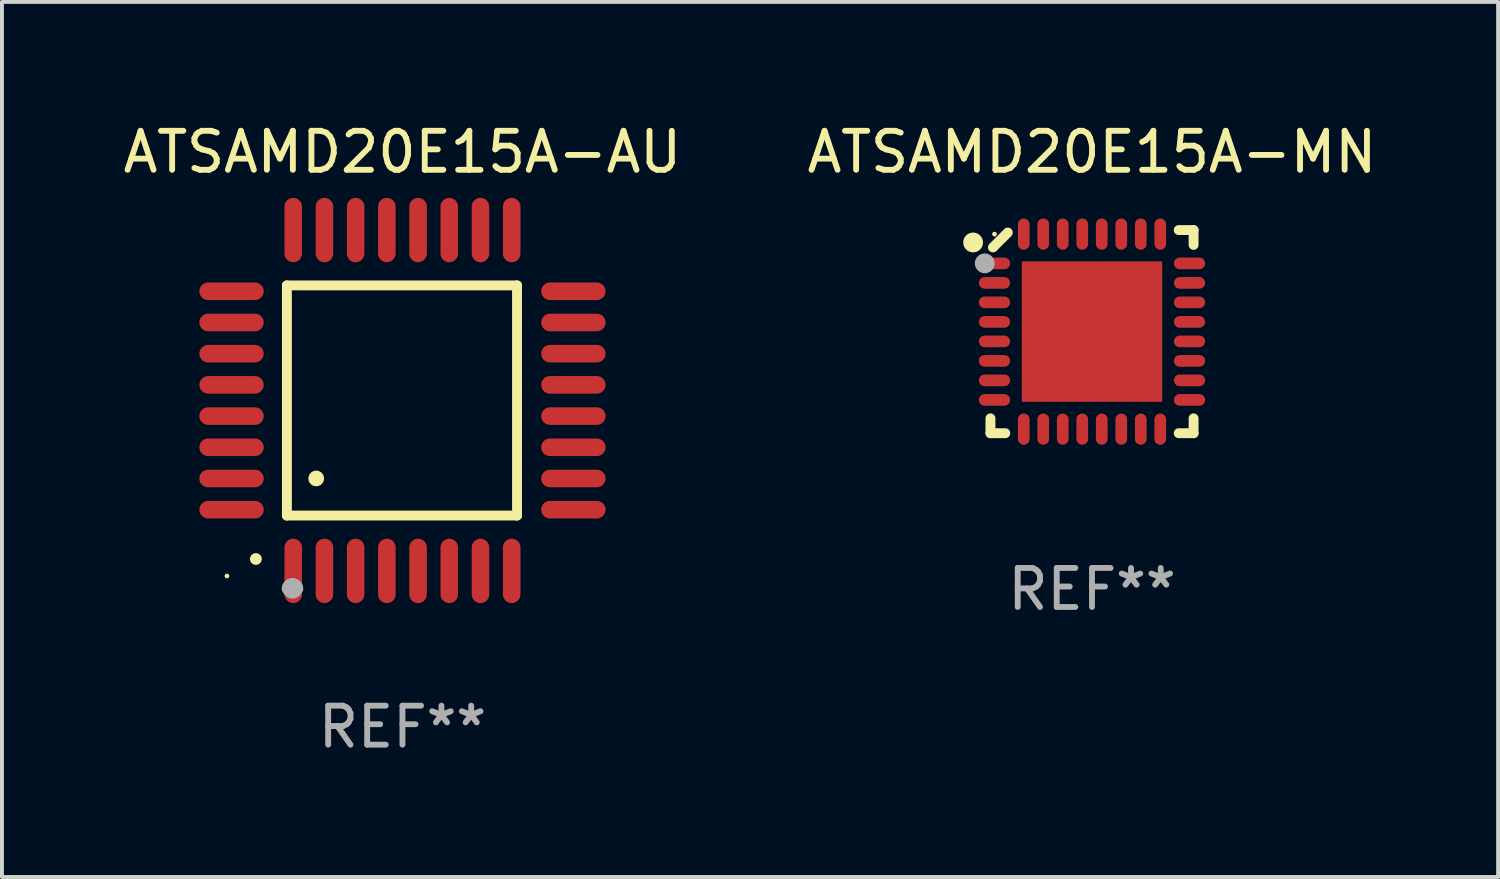
<source format=kicad_pcb>
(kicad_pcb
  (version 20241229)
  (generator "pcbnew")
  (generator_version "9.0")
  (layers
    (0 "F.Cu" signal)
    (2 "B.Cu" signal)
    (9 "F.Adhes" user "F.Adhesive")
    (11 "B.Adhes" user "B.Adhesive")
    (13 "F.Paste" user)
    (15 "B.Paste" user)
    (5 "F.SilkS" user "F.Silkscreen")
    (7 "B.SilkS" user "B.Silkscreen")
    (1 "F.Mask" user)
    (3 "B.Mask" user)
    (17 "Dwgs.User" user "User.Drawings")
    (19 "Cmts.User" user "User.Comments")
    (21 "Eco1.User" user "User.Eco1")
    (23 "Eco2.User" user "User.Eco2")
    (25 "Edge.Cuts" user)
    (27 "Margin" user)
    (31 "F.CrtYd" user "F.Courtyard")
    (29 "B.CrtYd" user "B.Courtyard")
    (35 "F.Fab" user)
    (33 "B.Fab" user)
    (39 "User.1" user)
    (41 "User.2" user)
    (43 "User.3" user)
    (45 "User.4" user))
  (footprint "ATSAMD20E15A-MN"
    (layer "F.Cu")
    (at 24.946 5.452)
    (property "Reference" "ATSAMD20E15A-MN" (at 0 -4.604 0) (layer "F.SilkS") (effects (font (size 1 1) (thickness 0.15))))
    (attr through_hole)
    (fp_line (start -2.604 2.223) (end -2.604 2.604) (stroke (width 0.254) (type solid)) (layer "F.SilkS"))
    (fp_line (start -2.604 2.604) (end -2.223 2.604) (stroke (width 0.254) (type solid)) (layer "F.SilkS"))
    (fp_line (start -2.159 -2.54) (end -2.54 -2.159) (stroke (width 0.254) (type solid)) (layer "F.SilkS"))
    (fp_line (start 2.223 2.604) (end 2.604 2.604) (stroke (width 0.254) (type solid)) (layer "F.SilkS"))
    (fp_line (start 2.604 -2.604) (end 2.223 -2.604) (stroke (width 0.254) (type solid)) (layer "F.SilkS"))
    (fp_line (start 2.604 -2.223) (end 2.604 -2.604) (stroke (width 0.254) (type solid)) (layer "F.SilkS"))
    (fp_line (start 2.604 2.604) (end 2.604 2.223) (stroke (width 0.254) (type solid)) (layer "F.SilkS"))
    (fp_circle (center -3.048 -2.286) (end -2.921 -2.286) (stroke (width 0.254) (type solid)) (fill no) (layer "F.SilkS"))
    (fp_circle (center -2.5 -2.5) (end -2.47 -2.5) (stroke (width 0.06) (type solid)) (fill no) (layer "F.SilkS"))
    (fp_circle (center -2.75 -1.75) (end -2.623 -1.75) (stroke (width 0.254) (type solid)) (fill no) (layer "F.Fab"))
    (fp_text user "REF**" (at 0 6.604 0) (layer "F.Fab") (effects (font (size 1 1) (thickness 0.15))))
    (pad "1" smd oval (at -2.5 -1.75) (size 0.8 0.3) (layers "F.Cu" "F.Mask" "F.Paste"))
    (pad "2" smd oval (at -2.5 -1.25) (size 0.8 0.3) (layers "F.Cu" "F.Mask" "F.Paste"))
    (pad "3" smd oval (at -2.5 -0.75) (size 0.8 0.3) (layers "F.Cu" "F.Mask" "F.Paste"))
    (pad "4" smd oval (at -2.5 -0.25) (size 0.8 0.3) (layers "F.Cu" "F.Mask" "F.Paste"))
    (pad "5" smd oval (at -2.5 0.25) (size 0.8 0.3) (layers "F.Cu" "F.Mask" "F.Paste"))
    (pad "6" smd oval (at -2.5 0.75) (size 0.8 0.3) (layers "F.Cu" "F.Mask" "F.Paste"))
    (pad "7" smd oval (at -2.5 1.25) (size 0.8 0.3) (layers "F.Cu" "F.Mask" "F.Paste"))
    (pad "8" smd oval (at -2.5 1.75) (size 0.8 0.3) (layers "F.Cu" "F.Mask" "F.Paste"))
    (pad "9" smd oval (at -1.75 2.5) (size 0.3 0.8) (layers "F.Cu" "F.Mask" "F.Paste"))
    (pad "10" smd oval (at -1.25 2.5) (size 0.3 0.8) (layers "F.Cu" "F.Mask" "F.Paste"))
    (pad "11" smd oval (at -0.75 2.5) (size 0.3 0.8) (layers "F.Cu" "F.Mask" "F.Paste"))
    (pad "12" smd oval (at -0.25 2.5) (size 0.3 0.8) (layers "F.Cu" "F.Mask" "F.Paste"))
    (pad "13" smd oval (at 0.25 2.5) (size 0.3 0.8) (layers "F.Cu" "F.Mask" "F.Paste"))
    (pad "14" smd oval (at 0.75 2.5) (size 0.3 0.8) (layers "F.Cu" "F.Mask" "F.Paste"))
    (pad "15" smd oval (at 1.25 2.5) (size 0.3 0.8) (layers "F.Cu" "F.Mask" "F.Paste"))
    (pad "16" smd oval (at 1.75 2.5) (size 0.3 0.8) (layers "F.Cu" "F.Mask" "F.Paste"))
    (pad "17" smd oval (at 2.5 1.75) (size 0.8 0.3) (layers "F.Cu" "F.Mask" "F.Paste"))
    (pad "18" smd oval (at 2.5 1.25) (size 0.8 0.3) (layers "F.Cu" "F.Mask" "F.Paste"))
    (pad "19" smd oval (at 2.5 0.75) (size 0.8 0.3) (layers "F.Cu" "F.Mask" "F.Paste"))
    (pad "20" smd oval (at 2.5 0.25) (size 0.8 0.3) (layers "F.Cu" "F.Mask" "F.Paste"))
    (pad "21" smd oval (at 2.5 -0.25) (size 0.8 0.3) (layers "F.Cu" "F.Mask" "F.Paste"))
    (pad "22" smd oval (at 2.5 -0.75) (size 0.8 0.3) (layers "F.Cu" "F.Mask" "F.Paste"))
    (pad "23" smd oval (at 2.5 -1.25) (size 0.8 0.3) (layers "F.Cu" "F.Mask" "F.Paste"))
    (pad "24" smd oval (at 2.5 -1.75) (size 0.8 0.3) (layers "F.Cu" "F.Mask" "F.Paste"))
    (pad "25" smd oval (at 1.75 -2.5) (size 0.3 0.8) (layers "F.Cu" "F.Mask" "F.Paste"))
    (pad "26" smd oval (at 1.25 -2.5) (size 0.3 0.8) (layers "F.Cu" "F.Mask" "F.Paste"))
    (pad "27" smd oval (at 0.75 -2.5) (size 0.3 0.8) (layers "F.Cu" "F.Mask" "F.Paste"))
    (pad "28" smd oval (at 0.25 -2.5) (size 0.3 0.8) (layers "F.Cu" "F.Mask" "F.Paste"))
    (pad "29" smd oval (at -0.25 -2.5) (size 0.3 0.8) (layers "F.Cu" "F.Mask" "F.Paste"))
    (pad "30" smd oval (at -0.75 -2.5) (size 0.3 0.8) (layers "F.Cu" "F.Mask" "F.Paste"))
    (pad "31" smd oval (at -1.25 -2.5) (size 0.3 0.8) (layers "F.Cu" "F.Mask" "F.Paste"))
    (pad "32" smd oval (at -1.75 -2.5) (size 0.3 0.8) (layers "F.Cu" "F.Mask" "F.Paste"))
    (pad "33" smd rect (at -0.000076 0) (size 3.6 3.6) (layers "F.Cu" "F.Mask" "F.Paste")))
  (footprint "ATSAMD20E15A-AU"
    (layer "F.Cu")
    (at 7.268 7.217)
    (property "Reference" "ATSAMD20E15A-AU" (at 0 -6.369 0) (layer "F.SilkS") (effects (font (size 1 1) (thickness 0.15))))
    (attr through_hole)
    (fp_line (start -2.963 -2.95) (end -2.963 2.95) (stroke (width 0.254) (type solid)) (layer "F.SilkS"))
    (fp_line (start -2.963 2.95) (end 2.937 2.95) (stroke (width 0.254) (type solid)) (layer "F.SilkS"))
    (fp_line (start 2.937 -2.95) (end -2.963 -2.95) (stroke (width 0.254) (type solid)) (layer "F.SilkS"))
    (fp_line (start 2.937 2.95) (end 2.937 -2.95) (stroke (width 0.254) (type solid)) (layer "F.SilkS"))
    (fp_arc (start -3.759208 4.064008) (mid -3.757938 4.064003) (end -3.756668 4.064008) (stroke (width 0.3) (type solid)) (layer "F.SilkS"))
    (fp_arc (start -2.212344 1.998984) (mid -2.211074 1.99898) (end -2.209804 1.998984) (stroke (width 0.4) (type solid)) (layer "F.SilkS"))
    (fp_circle (center -4.5 4.5) (end -4.47 4.5) (stroke (width 0.06) (type solid)) (fill no) (layer "F.SilkS"))
    (fp_arc (start -2.967489 4.82601) (mid -2.819406 4.677927) (end -2.671323 4.82601) (stroke (width 0.254001) (type solid)) (layer "F.Fab"))
    (fp_arc (start -2.967488 4.82601) (mid -2.819406 4.791053) (end -2.671324 4.82601) (stroke (width 0.254001) (type solid)) (layer "F.Fab"))
    (fp_circle (center -2.819 4.826) (end -2.692 4.826) (stroke (width 0.254) (type solid)) (fill no) (layer "F.Fab"))
    (fp_text user "REF**" (at 0 8.369 0) (layer "F.Fab") (effects (font (size 1 1) (thickness 0.15))))
    (pad "1" smd oval (at -2.8 4.369) (size 0.45 1.65) (layers "F.Cu" "F.Mask" "F.Paste"))
    (pad "2" smd oval (at -2 4.369) (size 0.45 1.65) (layers "F.Cu" "F.Mask" "F.Paste"))
    (pad "3" smd oval (at -1.2 4.369) (size 0.45 1.65) (layers "F.Cu" "F.Mask" "F.Paste"))
    (pad "4" smd oval (at -0.4 4.369) (size 0.45 1.65) (layers "F.Cu" "F.Mask" "F.Paste"))
    (pad "5" smd oval (at 0.4 4.369) (size 0.45 1.65) (layers "F.Cu" "F.Mask" "F.Paste"))
    (pad "6" smd oval (at 1.2 4.369) (size 0.45 1.65) (layers "F.Cu" "F.Mask" "F.Paste"))
    (pad "7" smd oval (at 2 4.369) (size 0.45 1.65) (layers "F.Cu" "F.Mask" "F.Paste"))
    (pad "8" smd oval (at 2.8 4.369) (size 0.45 1.65) (layers "F.Cu" "F.Mask" "F.Paste"))
    (pad "9" smd oval (at 4.382 2.8) (size 1.65 0.45) (layers "F.Cu" "F.Mask" "F.Paste"))
    (pad "10" smd oval (at 4.382 2) (size 1.65 0.45) (layers "F.Cu" "F.Mask" "F.Paste"))
    (pad "11" smd oval (at 4.382 1.2) (size 1.65 0.45) (layers "F.Cu" "F.Mask" "F.Paste"))
    (pad "12" smd oval (at 4.382 0.4) (size 1.65 0.45) (layers "F.Cu" "F.Mask" "F.Paste"))
    (pad "13" smd oval (at 4.382 -0.4) (size 1.65 0.45) (layers "F.Cu" "F.Mask" "F.Paste"))
    (pad "14" smd oval (at 4.382 -1.2) (size 1.65 0.45) (layers "F.Cu" "F.Mask" "F.Paste"))
    (pad "15" smd oval (at 4.382 -2) (size 1.65 0.45) (layers "F.Cu" "F.Mask" "F.Paste"))
    (pad "16" smd oval (at 4.382 -2.8) (size 1.65 0.45) (layers "F.Cu" "F.Mask" "F.Paste"))
    (pad "17" smd oval (at 2.8 -4.369) (size 0.45 1.65) (layers "F.Cu" "F.Mask" "F.Paste"))
    (pad "18" smd oval (at 2 -4.369) (size 0.45 1.65) (layers "F.Cu" "F.Mask" "F.Paste"))
    (pad "19" smd oval (at 1.2 -4.369) (size 0.45 1.65) (layers "F.Cu" "F.Mask" "F.Paste"))
    (pad "20" smd oval (at 0.4 -4.369) (size 0.45 1.65) (layers "F.Cu" "F.Mask" "F.Paste"))
    (pad "21" smd oval (at -0.4 -4.369) (size 0.45 1.65) (layers "F.Cu" "F.Mask" "F.Paste"))
    (pad "22" smd oval (at -1.2 -4.369) (size 0.45 1.65) (layers "F.Cu" "F.Mask" "F.Paste"))
    (pad "23" smd oval (at -2 -4.369) (size 0.45 1.65) (layers "F.Cu" "F.Mask" "F.Paste"))
    (pad "24" smd oval (at -2.8 -4.369) (size 0.45 1.65) (layers "F.Cu" "F.Mask" "F.Paste"))
    (pad "25" smd oval (at -4.382 -2.8) (size 1.65 0.45) (layers "F.Cu" "F.Mask" "F.Paste"))
    (pad "26" smd oval (at -4.382 -2) (size 1.65 0.45) (layers "F.Cu" "F.Mask" "F.Paste"))
    (pad "27" smd oval (at -4.382 -1.2) (size 1.65 0.45) (layers "F.Cu" "F.Mask" "F.Paste"))
    (pad "28" smd oval (at -4.382 -0.4) (size 1.65 0.45) (layers "F.Cu" "F.Mask" "F.Paste"))
    (pad "29" smd oval (at -4.382 0.4) (size 1.65 0.45) (layers "F.Cu" "F.Mask" "F.Paste"))
    (pad "30" smd oval (at -4.382 1.2) (size 1.65 0.45) (layers "F.Cu" "F.Mask" "F.Paste"))
    (pad "31" smd oval (at -4.382 2) (size 1.65 0.45) (layers "F.Cu" "F.Mask" "F.Paste"))
    (pad "32" smd oval (at -4.382 2.8) (size 1.65 0.45) (layers "F.Cu" "F.Mask" "F.Paste")))
  (gr_rect
    (start -3 -3)
    (end 35.357 19.434)
    (stroke (width 0.1) (type default))
    (fill no)
    (layer "Edge.Cuts")))
</source>
